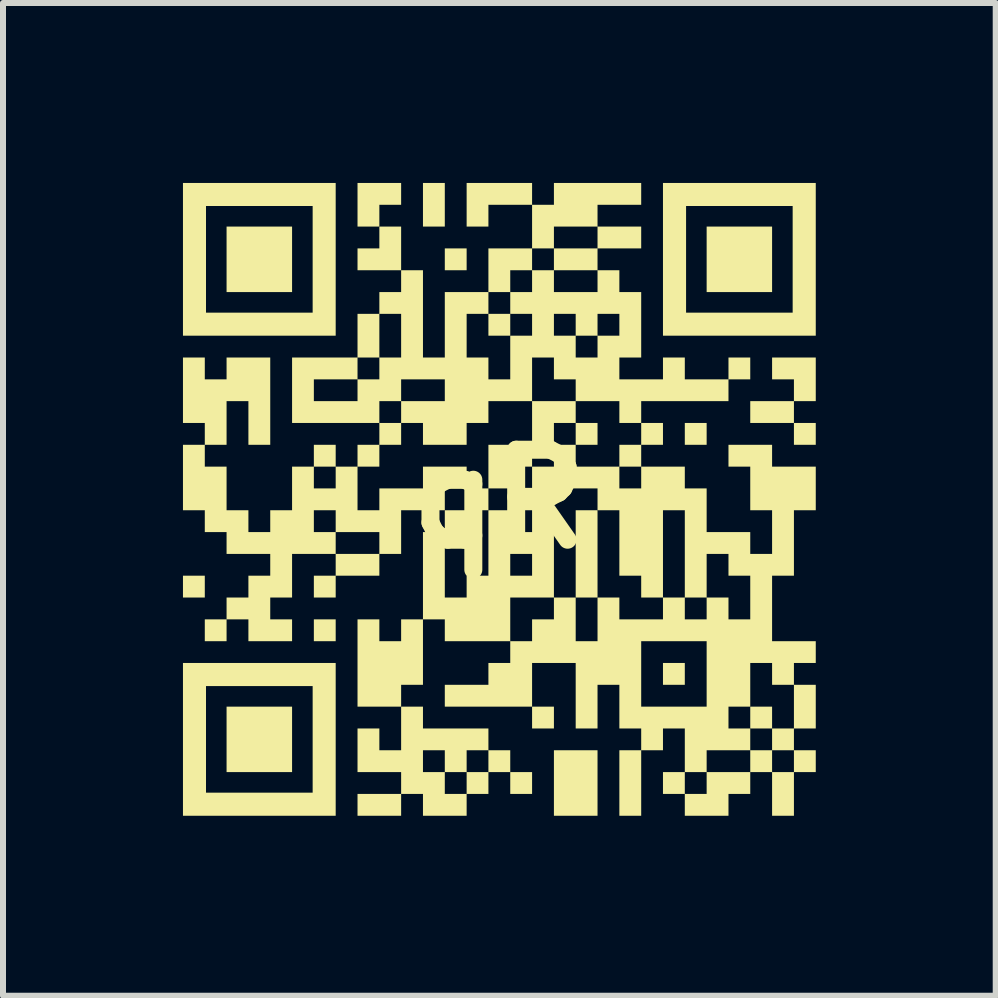
<source format=kicad_pcb>
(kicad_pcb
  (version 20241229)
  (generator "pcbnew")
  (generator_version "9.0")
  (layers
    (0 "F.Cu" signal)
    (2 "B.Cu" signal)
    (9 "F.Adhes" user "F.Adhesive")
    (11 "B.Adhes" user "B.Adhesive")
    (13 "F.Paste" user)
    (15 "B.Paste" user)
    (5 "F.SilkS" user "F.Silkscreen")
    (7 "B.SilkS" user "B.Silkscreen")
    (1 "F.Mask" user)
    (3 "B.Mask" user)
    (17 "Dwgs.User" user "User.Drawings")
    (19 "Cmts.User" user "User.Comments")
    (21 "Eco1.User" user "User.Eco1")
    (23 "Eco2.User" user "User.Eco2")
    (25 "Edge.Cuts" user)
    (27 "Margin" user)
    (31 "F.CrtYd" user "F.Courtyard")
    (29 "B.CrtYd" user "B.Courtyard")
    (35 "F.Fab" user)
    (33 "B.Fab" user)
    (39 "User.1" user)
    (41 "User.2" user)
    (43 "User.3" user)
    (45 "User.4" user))
  (footprint "qR"
    (layer "F.Cu")
    (at 5.269 5.269)
    (property "Reference" "qR" (at 0 0 0) (layer "F.SilkS") (effects (font (size 1.5 1.5) (thickness 0.3))))
    (attr board_only exclude_from_pos_files exclude_from_bom)
    (fp_poly (pts (xy -4.905 1.46) (xy -4.905 1.642) (xy -5.087 1.642) (xy -5.269 1.642) (xy -5.269 1.46) (xy -5.269 1.278) (xy -5.087 1.278) (xy -4.905 1.278)) (stroke (width 0) (type solid)) (fill yes) (layer "F.SilkS"))
    (fp_poly (pts (xy -3.45 -3.996) (xy -3.45 -3.45) (xy -3.996 -3.45) (xy -4.542 -3.45) (xy -4.542 -3.996) (xy -4.542 -4.542) (xy -3.996 -4.542) (xy -3.45 -4.542)) (stroke (width 0) (type solid)) (fill yes) (layer "F.SilkS"))
    (fp_poly (pts (xy -3.45 4.006) (xy -3.45 4.552) (xy -3.996 4.552) (xy -4.542 4.552) (xy -4.542 4.006) (xy -4.542 3.461) (xy -3.996 3.461) (xy -3.45 3.461)) (stroke (width 0) (type solid)) (fill yes) (layer "F.SilkS"))
    (fp_poly (pts (xy -2.723 2.188) (xy -2.723 2.37) (xy -2.905 2.37) (xy -3.087 2.37) (xy -3.087 2.188) (xy -3.087 2.006) (xy -2.905 2.006) (xy -2.723 2.006)) (stroke (width 0) (type solid)) (fill yes) (layer "F.SilkS"))
    (fp_poly (pts (xy -0.904 -4.905) (xy -0.904 -4.542) (xy -1.086 -4.542) (xy -1.268 -4.542) (xy -1.268 -4.905) (xy -1.268 -5.269) (xy -1.086 -5.269) (xy -0.904 -5.269)) (stroke (width 0) (type solid)) (fill yes) (layer "F.SilkS"))
    (fp_poly (pts (xy -0.54 -3.996) (xy -0.54 -3.814) (xy -0.722 -3.814) (xy -0.904 -3.814) (xy -0.904 -3.996) (xy -0.904 -4.178) (xy -0.722 -4.178) (xy -0.54 -4.178)) (stroke (width 0) (type solid)) (fill yes) (layer "F.SilkS"))
    (fp_poly (pts (xy 0.187 -2.905) (xy 0.187 -2.723) (xy 0.005 -2.723) (xy -0.177 -2.723) (xy -0.177 -2.905) (xy -0.177 -3.087) (xy 0.005 -3.087) (xy 0.187 -3.087)) (stroke (width 0) (type solid)) (fill yes) (layer "F.SilkS"))
    (fp_poly (pts (xy 0.551 4.734) (xy 0.551 4.916) (xy 0.369 4.916) (xy 0.187 4.916) (xy 0.187 4.734) (xy 0.187 4.552) (xy 0.369 4.552) (xy 0.551 4.552)) (stroke (width 0) (type solid)) (fill yes) (layer "F.SilkS"))
    (fp_poly (pts (xy 0.915 3.643) (xy 0.915 3.825) (xy 0.733 3.825) (xy 0.551 3.825) (xy 0.551 3.643) (xy 0.551 3.461) (xy 0.733 3.461) (xy 0.915 3.461)) (stroke (width 0) (type solid)) (fill yes) (layer "F.SilkS"))
    (fp_poly (pts (xy 1.642 -1.086) (xy 1.642 -0.904) (xy 1.46 -0.904) (xy 1.278 -0.904) (xy 1.278 -1.086) (xy 1.278 -1.268) (xy 1.46 -1.268) (xy 1.642 -1.268)) (stroke (width 0) (type solid)) (fill yes) (layer "F.SilkS"))
    (fp_poly (pts (xy 1.642 0.915) (xy 1.642 1.642) (xy 1.46 1.642) (xy 1.278 1.642) (xy 1.278 0.915) (xy 1.278 0.187) (xy 1.46 0.187) (xy 1.642 0.187)) (stroke (width 0) (type solid)) (fill yes) (layer "F.SilkS"))
    (fp_poly (pts (xy 1.642 4.734) (xy 1.642 5.28) (xy 1.278 5.28) (xy 0.915 5.28) (xy 0.915 4.734) (xy 0.915 4.188) (xy 1.278 4.188) (xy 1.642 4.188)) (stroke (width 0) (type solid)) (fill yes) (layer "F.SilkS"))
    (fp_poly (pts (xy 3.097 2.915) (xy 3.097 3.097) (xy 2.915 3.097) (xy 2.733 3.097) (xy 2.733 2.915) (xy 2.733 2.733) (xy 2.915 2.733) (xy 3.097 2.733)) (stroke (width 0) (type solid)) (fill yes) (layer "F.SilkS"))
    (fp_poly (pts (xy 3.461 -1.086) (xy 3.461 -0.904) (xy 3.279 -0.904) (xy 3.097 -0.904) (xy 3.097 -1.086) (xy 3.097 -1.268) (xy 3.279 -1.268) (xy 3.461 -1.268)) (stroke (width 0) (type solid)) (fill yes) (layer "F.SilkS"))
    (fp_poly (pts (xy 4.552 -3.996) (xy 4.552 -3.45) (xy 4.006 -3.45) (xy 3.461 -3.45) (xy 3.461 -3.996) (xy 3.461 -4.542) (xy 4.006 -4.542) (xy 4.552 -4.542)) (stroke (width 0) (type solid)) (fill yes) (layer "F.SilkS"))
    (fp_poly (pts (xy 4.552 3.643) (xy 4.552 3.825) (xy 4.37 3.825) (xy 4.188 3.825) (xy 4.188 3.643) (xy 4.188 3.461) (xy 4.37 3.461) (xy 4.552 3.461)) (stroke (width 0) (type solid)) (fill yes) (layer "F.SilkS"))
    (fp_poly (pts (xy 5.28 -1.086) (xy 5.28 -0.904) (xy 5.098 -0.904) (xy 4.916 -0.904) (xy 4.916 -1.086) (xy 4.916 -1.268) (xy 5.098 -1.268) (xy 5.28 -1.268)) (stroke (width 0) (type solid)) (fill yes) (layer "F.SilkS"))
    (fp_poly (pts (xy -1.632 -5.087) (xy -1.632 -4.905) (xy -1.814 -4.905) (xy -1.995 -4.905) (xy -1.995 -4.724) (xy -1.995 -4.542) (xy -2.177 -4.542) (xy -2.359 -4.542) (xy -2.359 -4.905) (xy -2.359 -5.269) (xy -1.995 -5.269) (xy -1.632 -5.269)) (stroke (width 0) (type solid)) (fill yes) (layer "F.SilkS"))
    (fp_poly (pts (xy -1.632 -4.178) (xy -1.632 -3.814) (xy -1.995 -3.814) (xy -2.359 -3.814) (xy -2.359 -3.996) (xy -2.359 -4.178) (xy -2.177 -4.178) (xy -1.995 -4.178) (xy -1.995 -4.36) (xy -1.995 -4.542) (xy -1.814 -4.542) (xy -1.632 -4.542)) (stroke (width 0) (type solid)) (fill yes) (layer "F.SilkS"))
    (fp_poly (pts (xy -2.723 -3.996) (xy -2.723 -2.723) (xy -3.996 -2.723) (xy -5.269 -2.723) (xy -5.269 -3.996) (xy -4.885 -3.996) (xy -4.885 -3.107) (xy -3.996 -3.107) (xy -3.107 -3.107) (xy -3.107 -3.996) (xy -3.107 -4.885) (xy -3.996 -4.885) (xy -4.885 -4.885) (xy -4.885 -3.996) (xy -5.269 -3.996) (xy -5.269 -5.269) (xy -3.996 -5.269) (xy -2.723 -5.269)) (stroke (width 0) (type solid)) (fill yes) (layer "F.SilkS"))
    (fp_poly (pts (xy -2.723 4.006) (xy -2.723 5.28) (xy -3.996 5.28) (xy -5.269 5.28) (xy -5.269 4.006) (xy -4.885 4.006) (xy -4.885 4.895) (xy -3.996 4.895) (xy -3.107 4.895) (xy -3.107 4.006) (xy -3.107 3.118) (xy -3.996 3.118) (xy -4.885 3.118) (xy -4.885 4.006) (xy -5.269 4.006) (xy -5.269 2.733) (xy -3.996 2.733) (xy -2.723 2.733)) (stroke (width 0) (type solid)) (fill yes) (layer "F.SilkS"))
    (fp_poly (pts (xy 5.28 -3.996) (xy 5.28 -2.723) (xy 4.006 -2.723) (xy 2.733 -2.723) (xy 2.733 -3.996) (xy 3.118 -3.996) (xy 3.118 -3.107) (xy 4.006 -3.107) (xy 4.895 -3.107) (xy 4.895 -3.996) (xy 4.895 -4.885) (xy 4.006 -4.885) (xy 3.118 -4.885) (xy 3.118 -3.996) (xy 2.733 -3.996) (xy 2.733 -5.269) (xy 4.006 -5.269) (xy 5.28 -5.269)) (stroke (width 0) (type solid)) (fill yes) (layer "F.SilkS"))
    (fp_poly (pts (xy 5.28 -1.995) (xy 5.28 -1.632) (xy 5.098 -1.632) (xy 4.916 -1.632) (xy 4.916 -1.45) (xy 4.916 -1.268) (xy 4.552 -1.268) (xy 4.188 -1.268) (xy 4.188 -1.45) (xy 4.188 -1.632) (xy 4.552 -1.632) (xy 4.916 -1.632) (xy 4.916 -1.814) (xy 4.916 -1.995) (xy 4.734 -1.995) (xy 4.552 -1.995) (xy 4.552 -2.177) (xy 4.552 -2.359) (xy 4.916 -2.359) (xy 5.28 -2.359)) (stroke (width 0) (type solid)) (fill yes) (layer "F.SilkS"))
    (fp_poly (pts (xy 1.278 -1.45) (xy 1.278 -1.268) (xy 1.096 -1.268) (xy 0.915 -1.268) (xy 0.915 -1.086) (xy 0.915 -0.904) (xy 0.733 -0.904) (xy 0.551 -0.904) (xy 0.551 -0.722) (xy 0.551 -0.54) (xy 0.369 -0.54) (xy 0.187 -0.54) (xy 0.187 -0.359) (xy 0.187 -0.177) (xy 0.005 -0.177) (xy -0.177 -0.177) (xy -0.177 0.005) (xy -0.177 0.187) (xy -0.359 0.187) (xy -0.54 0.187) (xy -0.54 0.005) (xy -0.54 -0.177) (xy -0.359 -0.177) (xy -0.177 -0.177) (xy -0.177 -0.54) (xy -0.177 -0.904) (xy 0.187 -0.904) (xy 0.551 -0.904) (xy 0.551 -1.268) (xy 0.551 -1.632) (xy 0.915 -1.632) (xy 1.278 -1.632)) (stroke (width 0) (type solid)) (fill yes) (layer "F.SilkS"))
    (fp_poly (pts (xy -1.268 3.643) (xy -1.268 3.825) (xy -0.722 3.825) (xy -0.177 3.825) (xy -0.177 4.006) (xy -0.177 4.188) (xy -0.359 4.188) (xy -0.54 4.188) (xy -0.54 4.37) (xy -0.54 4.552) (xy -0.722 4.552) (xy -0.904 4.552) (xy -0.904 4.37) (xy -0.904 4.188) (xy -1.086 4.188) (xy -1.268 4.188) (xy -1.268 4.37) (xy -1.268 4.552) (xy -1.086 4.552) (xy -0.904 4.552) (xy -0.904 4.734) (xy -0.904 4.916) (xy -0.722 4.916) (xy -0.54 4.916) (xy -0.54 4.734) (xy -0.54 4.552) (xy -0.359 4.552) (xy -0.177 4.552) (xy -0.177 4.37) (xy -0.177 4.188) (xy 0.005 4.188) (xy 0.187 4.188) (xy 0.187 4.37) (xy 0.187 4.552) (xy 0.005 4.552) (xy -0.177 4.552) (xy -0.177 4.734) (xy -0.177 4.916) (xy -0.359 4.916) (xy -0.54 4.916) (xy -0.54 5.098) (xy -0.54 5.28) (xy -0.904 5.28) (xy -1.268 5.28) (xy -1.268 5.098) (xy -1.268 4.916) (xy -1.45 4.916) (xy -1.632 4.916) (xy -1.632 5.098) (xy -1.632 5.28) (xy -1.995 5.28) (xy -2.359 5.28) (xy -2.359 5.098) (xy -2.359 4.916) (xy -1.995 4.916) (xy -1.632 4.916) (xy -1.632 4.734) (xy -1.632 4.552) (xy -1.995 4.552) (xy -2.359 4.552) (xy -2.359 4.188) (xy -2.359 3.825) (xy -2.177 3.825) (xy -1.995 3.825) (xy -1.995 4.006) (xy -1.995 4.188) (xy -1.814 4.188) (xy -1.632 4.188) (xy -1.632 3.825) (xy -1.632 3.461) (xy -1.45 3.461) (xy -1.268 3.461)) (stroke (width 0) (type solid)) (fill yes) (layer "F.SilkS"))
    (fp_poly (pts (xy 2.733 -1.086) (xy 2.733 -0.904) (xy 2.551 -0.904) (xy 2.37 -0.904) (xy 2.37 -0.722) (xy 2.37 -0.54) (xy 2.188 -0.54) (xy 2.006 -0.54) (xy 2.006 -0.359) (xy 2.006 -0.177) (xy 2.188 -0.177) (xy 2.37 -0.177) (xy 2.37 -0.359) (xy 2.37 -0.54) (xy 2.733 -0.54) (xy 3.097 -0.54) (xy 3.097 -0.359) (xy 3.097 -0.177) (xy 3.279 -0.177) (xy 3.461 -0.177) (xy 3.461 0.187) (xy 3.461 0.551) (xy 3.825 0.551) (xy 4.188 0.551) (xy 4.188 0.733) (xy 4.188 0.915) (xy 4.37 0.915) (xy 4.552 0.915) (xy 4.552 0.551) (xy 4.552 0.187) (xy 4.37 0.187) (xy 4.188 0.187) (xy 4.188 -0.177) (xy 4.188 -0.54) (xy 4.006 -0.54) (xy 3.825 -0.54) (xy 3.825 -0.722) (xy 3.825 -0.904) (xy 4.188 -0.904) (xy 4.552 -0.904) (xy 4.552 -0.722) (xy 4.552 -0.54) (xy 4.916 -0.54) (xy 5.28 -0.54) (xy 5.28 -0.177) (xy 5.28 0.187) (xy 5.098 0.187) (xy 4.916 0.187) (xy 4.916 0.733) (xy 4.916 1.278) (xy 4.734 1.278) (xy 4.552 1.278) (xy 4.552 1.824) (xy 4.552 2.37) (xy 4.916 2.37) (xy 5.28 2.37) (xy 5.28 2.551) (xy 5.28 2.733) (xy 5.098 2.733) (xy 4.916 2.733) (xy 4.916 2.915) (xy 4.916 3.097) (xy 4.734 3.097) (xy 4.552 3.097) (xy 4.552 2.915) (xy 4.552 2.733) (xy 4.37 2.733) (xy 4.188 2.733) (xy 4.188 3.097) (xy 4.188 3.461) (xy 4.006 3.461) (xy 3.825 3.461) (xy 3.825 3.643) (xy 3.825 3.825) (xy 4.006 3.825) (xy 4.188 3.825) (xy 4.188 4.006) (xy 4.188 4.188) (xy 3.825 4.188) (xy 3.461 4.188) (xy 3.461 4.37) (xy 3.461 4.552) (xy 3.279 4.552) (xy 3.097 4.552) (xy 3.097 4.734) (xy 3.097 4.916) (xy 3.279 4.916) (xy 3.461 4.916) (xy 3.461 4.734) (xy 3.461 4.552) (xy 3.825 4.552) (xy 4.188 4.552) (xy 4.188 4.37) (xy 4.188 4.188) (xy 4.37 4.188) (xy 4.552 4.188) (xy 4.552 4.006) (xy 4.552 3.825) (xy 4.734 3.825) (xy 4.916 3.825) (xy 4.916 3.461) (xy 4.916 3.097) (xy 5.098 3.097) (xy 5.28 3.097) (xy 5.28 3.461) (xy 5.28 3.825) (xy 5.098 3.825) (xy 4.916 3.825) (xy 4.916 4.006) (xy 4.916 4.188) (xy 4.734 4.188) (xy 4.552 4.188) (xy 4.552 4.37) (xy 4.552 4.552) (xy 4.734 4.552) (xy 4.916 4.552) (xy 4.916 4.37) (xy 4.916 4.188) (xy 5.098 4.188) (xy 5.28 4.188) (xy 5.28 4.37) (xy 5.28 4.552) (xy 5.098 4.552) (xy 4.916 4.552) (xy 4.916 4.916) (xy 4.916 5.28) (xy 4.734 5.28) (xy 4.552 5.28) (xy 4.552 4.916) (xy 4.552 4.552) (xy 4.37 4.552) (xy 4.188 4.552) (xy 4.188 4.734) (xy 4.188 4.916) (xy 4.006 4.916) (xy 3.825 4.916) (xy 3.825 5.098) (xy 3.825 5.28) (xy 3.461 5.28) (xy 3.097 5.28) (xy 3.097 5.098) (xy 3.097 4.916) (xy 2.915 4.916) (xy 2.733 4.916) (xy 2.733 4.734) (xy 2.733 4.552) (xy 2.915 4.552) (xy 3.097 4.552) (xy 3.097 4.188) (xy 3.097 3.825) (xy 2.915 3.825) (xy 2.733 3.825) (xy 2.733 4.006) (xy 2.733 4.188) (xy 2.551 4.188) (xy 2.37 4.188) (xy 2.37 4.734) (xy 2.37 5.28) (xy 2.188 5.28) (xy 2.006 5.28) (xy 2.006 4.734) (xy 2.006 4.188) (xy 2.188 4.188) (xy 2.37 4.188) (xy 2.37 4.006) (xy 2.37 3.825) (xy 2.188 3.825) (xy 2.006 3.825) (xy 2.006 3.461) (xy 2.006 3.097) (xy 1.824 3.097) (xy 1.642 3.097) (xy 1.642 3.461) (xy 1.642 3.825) (xy 1.46 3.825) (xy 1.278 3.825) (xy 1.278 3.279) (xy 1.278 2.915) (xy 2.37 2.915) (xy 2.37 3.461) (xy 2.915 3.461) (xy 3.461 3.461) (xy 3.461 2.915) (xy 3.461 2.37) (xy 2.915 2.37) (xy 2.37 2.37) (xy 2.37 2.915) (xy 1.278 2.915) (xy 1.278 2.733) (xy 0.915 2.733) (xy 0.551 2.733) (xy 0.551 3.097) (xy 0.551 3.461) (xy -0.177 3.461) (xy -0.904 3.461) (xy -0.904 3.279) (xy -0.904 3.097) (xy -0.54 3.097) (xy -0.177 3.097) (xy -0.177 2.915) (xy -0.177 2.733) (xy 0.005 2.733) (xy 0.187 2.733) (xy 0.187 2.551) (xy 0.187 2.37) (xy -0.359 2.37) (xy -0.904 2.37) (xy -0.904 2.188) (xy -0.904 2.006) (xy -1.086 2.006) (xy -1.268 2.006) (xy -1.268 2.551) (xy -1.268 3.097) (xy -1.45 3.097) (xy -1.632 3.097) (xy -1.632 3.279) (xy -1.632 3.461) (xy -1.995 3.461) (xy -2.359 3.461) (xy -2.359 2.733) (xy -2.359 2.006) (xy -2.177 2.006) (xy -1.995 2.006) (xy -1.995 2.188) (xy -1.995 2.37) (xy -1.814 2.37) (xy -1.632 2.37) (xy -1.632 2.188) (xy -1.632 2.006) (xy -1.45 2.006) (xy -1.268 2.006) (xy -1.268 1.278) (xy -1.268 0.551) (xy -1.086 0.551) (xy -0.904 0.551) (xy -0.904 0.369) (xy -0.904 0.187) (xy -0.722 0.187) (xy -0.54 0.187) (xy -0.54 0.369) (xy -0.54 0.551) (xy -0.722 0.551) (xy -0.904 0.551) (xy -0.904 1.096) (xy -0.904 1.642) (xy -0.722 1.642) (xy -0.54 1.642) (xy 0.187 1.642) (xy 0.187 2.006) (xy 0.187 2.37) (xy 0.369 2.37) (xy 0.551 2.37) (xy 0.551 2.188) (xy 0.551 2.006) (xy 0.733 2.006) (xy 0.915 2.006) (xy 0.915 1.824) (xy 0.915 1.642) (xy 1.096 1.642) (xy 1.278 1.642) (xy 1.278 2.006) (xy 1.278 2.37) (xy 1.46 2.37) (xy 1.642 2.37) (xy 1.642 2.006) (xy 1.642 1.642) (xy 1.824 1.642) (xy 2.006 1.642) (xy 2.006 1.824) (xy 2.006 2.006) (xy 2.37 2.006) (xy 2.733 2.006) (xy 2.733 1.824) (xy 2.733 1.642) (xy 2.915 1.642) (xy 3.097 1.642) (xy 3.097 1.824) (xy 3.097 2.006) (xy 3.279 2.006) (xy 3.461 2.006) (xy 3.461 1.824) (xy 3.461 1.642) (xy 3.643 1.642) (xy 3.825 1.642) (xy 3.825 1.824) (xy 3.825 2.006) (xy 4.006 2.006) (xy 4.188 2.006) (xy 4.188 1.642) (xy 4.188 1.278) (xy 4.006 1.278) (xy 3.825 1.278) (xy 3.825 1.096) (xy 3.825 0.915) (xy 3.643 0.915) (xy 3.461 0.915) (xy 3.461 1.278) (xy 3.461 1.642) (xy 3.279 1.642) (xy 3.097 1.642) (xy 3.097 0.915) (xy 3.097 0.187) (xy 2.915 0.187) (xy 2.733 0.187) (xy 2.733 0.915) (xy 2.733 1.642) (xy 2.551 1.642) (xy 2.37 1.642) (xy 2.37 1.46) (xy 2.37 1.278) (xy 2.188 1.278) (xy 2.006 1.278) (xy 2.006 0.733) (xy 2.006 0.187) (xy 1.824 0.187) (xy 1.642 0.187) (xy 1.642 0.005) (xy 1.642 -0.177) (xy 1.278 -0.177) (xy 0.915 -0.177) (xy 0.915 0.733) (xy 0.915 1.642) (xy 0.551 1.642) (xy 0.187 1.642) (xy -0.54 1.642) (xy -0.54 1.46) (xy -0.54 1.278) (xy -0.359 1.278) (xy -0.177 1.278) (xy -0.177 1.096) (xy 0.187 1.096) (xy 0.187 1.278) (xy 0.369 1.278) (xy 0.551 1.278) (xy 0.551 1.096) (xy 0.551 0.915) (xy 0.369 0.915) (xy 0.187 0.915) (xy 0.187 1.096) (xy -0.177 1.096) (xy -0.177 0.733) (xy -0.177 0.369) (xy 0.187 0.369) (xy 0.187 0.551) (xy 0.369 0.551) (xy 0.551 0.551) (xy 0.551 0.369) (xy 0.551 0.187) (xy 0.369 0.187) (xy 0.187 0.187) (xy 0.187 0.369) (xy -0.177 0.369) (xy -0.177 0.187) (xy 0.005 0.187) (xy 0.187 0.187) (xy 0.187 0.005) (xy 0.187 -0.177) (xy 0.369 -0.177) (xy 0.551 -0.177) (xy 0.551 -0.359) (xy 0.551 -0.54) (xy 0.733 -0.54) (xy 0.915 -0.54) (xy 0.915 -0.722) (xy 0.915 -0.904) (xy 1.096 -0.904) (xy 1.278 -0.904) (xy 1.278 -0.722) (xy 1.278 -0.54) (xy 1.642 -0.54) (xy 2.006 -0.54) (xy 2.006 -0.722) (xy 2.006 -0.904) (xy 2.188 -0.904) (xy 2.37 -0.904) (xy 2.37 -1.086) (xy 2.37 -1.268) (xy 2.551 -1.268) (xy 2.733 -1.268)) (stroke (width 0) (type solid)) (fill yes) (layer "F.SilkS"))
    (fp_poly (pts (xy 0.551 -5.087) (xy 0.551 -4.905) (xy 0.733 -4.905) (xy 0.915 -4.905) (xy 0.915 -5.087) (xy 0.915 -5.269) (xy 1.642 -5.269) (xy 2.37 -5.269) (xy 2.37 -5.087) (xy 2.37 -4.905) (xy 2.006 -4.905) (xy 1.642 -4.905) (xy 1.642 -4.724) (xy 1.642 -4.542) (xy 1.278 -4.542) (xy 0.915 -4.542) (xy 0.915 -4.36) (xy 0.915 -4.178) (xy 0.733 -4.178) (xy 0.551 -4.178) (xy 0.551 -3.996) (xy 0.551 -3.814) (xy 0.369 -3.814) (xy 0.187 -3.814) (xy 0.187 -3.632) (xy 0.187 -3.45) (xy 0.005 -3.45) (xy -0.177 -3.45) (xy -0.177 -3.269) (xy -0.177 -3.087) (xy -0.359 -3.087) (xy -0.54 -3.087) (xy -0.54 -2.723) (xy -0.54 -2.359) (xy -0.359 -2.359) (xy -0.177 -2.359) (xy -0.177 -2.177) (xy -0.177 -1.995) (xy 0.005 -1.995) (xy 0.187 -1.995) (xy 0.187 -2.359) (xy 0.187 -2.723) (xy 0.369 -2.723) (xy 0.551 -2.723) (xy 0.551 -2.905) (xy 0.915 -2.905) (xy 0.915 -2.723) (xy 1.096 -2.723) (xy 1.278 -2.723) (xy 1.278 -2.541) (xy 1.278 -2.359) (xy 1.46 -2.359) (xy 1.642 -2.359) (xy 1.642 -2.541) (xy 1.642 -2.723) (xy 1.824 -2.723) (xy 2.006 -2.723) (xy 2.006 -2.905) (xy 2.006 -3.087) (xy 1.824 -3.087) (xy 1.642 -3.087) (xy 1.642 -2.905) (xy 1.642 -2.723) (xy 1.46 -2.723) (xy 1.278 -2.723) (xy 1.278 -2.905) (xy 1.278 -3.087) (xy 1.096 -3.087) (xy 0.915 -3.087) (xy 0.915 -2.905) (xy 0.551 -2.905) (xy 0.551 -3.087) (xy 0.369 -3.087) (xy 0.187 -3.087) (xy 0.187 -3.269) (xy 0.187 -3.45) (xy 0.369 -3.45) (xy 0.551 -3.45) (xy 0.551 -3.632) (xy 0.551 -3.814) (xy 0.733 -3.814) (xy 0.915 -3.814) (xy 0.915 -3.996) (xy 0.915 -4.178) (xy 1.278 -4.178) (xy 1.642 -4.178) (xy 1.642 -4.36) (xy 1.642 -4.542) (xy 2.006 -4.542) (xy 2.37 -4.542) (xy 2.37 -4.36) (xy 2.37 -4.178) (xy 2.006 -4.178) (xy 1.642 -4.178) (xy 1.642 -3.996) (xy 1.642 -3.814) (xy 1.278 -3.814) (xy 0.915 -3.814) (xy 0.915 -3.632) (xy 0.915 -3.45) (xy 1.278 -3.45) (xy 1.642 -3.45) (xy 1.642 -3.632) (xy 1.642 -3.814) (xy 1.824 -3.814) (xy 2.006 -3.814) (xy 2.006 -3.632) (xy 2.006 -3.45) (xy 2.188 -3.45) (xy 2.37 -3.45) (xy 2.37 -2.905) (xy 2.37 -2.359) (xy 2.188 -2.359) (xy 2.006 -2.359) (xy 2.006 -2.177) (xy 2.006 -1.995) (xy 2.37 -1.995) (xy 2.733 -1.995) (xy 2.733 -2.177) (xy 2.733 -2.359) (xy 2.915 -2.359) (xy 3.097 -2.359) (xy 3.097 -2.177) (xy 3.097 -1.995) (xy 3.461 -1.995) (xy 3.825 -1.995) (xy 3.825 -2.177) (xy 3.825 -2.359) (xy 4.006 -2.359) (xy 4.188 -2.359) (xy 4.188 -2.177) (xy 4.188 -1.995) (xy 4.006 -1.995) (xy 3.825 -1.995) (xy 3.825 -1.814) (xy 3.825 -1.632) (xy 3.097 -1.632) (xy 2.37 -1.632) (xy 2.37 -1.45) (xy 2.37 -1.268) (xy 2.188 -1.268) (xy 2.006 -1.268) (xy 2.006 -1.45) (xy 2.006 -1.632) (xy 1.642 -1.632) (xy 1.278 -1.632) (xy 1.278 -1.814) (xy 1.278 -1.995) (xy 1.096 -1.995) (xy 0.915 -1.995) (xy 0.915 -2.177) (xy 0.915 -2.359) (xy 0.733 -2.359) (xy 0.551 -2.359) (xy 0.551 -1.995) (xy 0.551 -1.632) (xy 0.187 -1.632) (xy -0.177 -1.632) (xy -0.177 -1.45) (xy -0.177 -1.268) (xy -0.359 -1.268) (xy -0.54 -1.268) (xy -0.54 -1.086) (xy -0.54 -0.904) (xy -0.904 -0.904) (xy -1.268 -0.904) (xy -1.268 -1.086) (xy -1.268 -1.268) (xy -1.45 -1.268) (xy -1.632 -1.268) (xy -1.632 -1.086) (xy -1.632 -0.904) (xy -1.814 -0.904) (xy -1.995 -0.904) (xy -1.995 -0.722) (xy -1.995 -0.54) (xy -2.177 -0.54) (xy -2.359 -0.54) (xy -2.359 -0.177) (xy -2.359 0.187) (xy -2.177 0.187) (xy -1.995 0.187) (xy -1.995 0.005) (xy -1.995 -0.177) (xy -1.632 -0.177) (xy -1.268 -0.177) (xy -1.268 -0.359) (xy -1.268 -0.54) (xy -0.904 -0.54) (xy -0.54 -0.54) (xy -0.54 -0.359) (xy -0.54 -0.177) (xy -0.722 -0.177) (xy -0.904 -0.177) (xy -0.904 0.005) (xy -0.904 0.187) (xy -1.268 0.187) (xy -1.632 0.187) (xy -1.632 0.551) (xy -1.632 0.915) (xy -1.814 0.915) (xy -1.995 0.915) (xy -1.995 1.096) (xy -1.995 1.278) (xy -2.359 1.278) (xy -2.723 1.278) (xy -2.723 1.46) (xy -2.723 1.642) (xy -2.905 1.642) (xy -3.087 1.642) (xy -3.087 1.46) (xy -3.087 1.278) (xy -2.905 1.278) (xy -2.723 1.278) (xy -2.723 1.096) (xy -2.723 0.915) (xy -3.087 0.915) (xy -3.45 0.915) (xy -3.45 1.278) (xy -3.45 1.642) (xy -3.632 1.642) (xy -3.814 1.642) (xy -3.814 1.824) (xy -3.814 2.006) (xy -3.632 2.006) (xy -3.45 2.006) (xy -3.45 2.188) (xy -3.45 2.37) (xy -3.814 2.37) (xy -4.178 2.37) (xy -4.178 2.188) (xy -4.178 2.006) (xy -4.36 2.006) (xy -4.542 2.006) (xy -4.542 2.188) (xy -4.542 2.37) (xy -4.724 2.37) (xy -4.905 2.37) (xy -4.905 2.188) (xy -4.905 2.006) (xy -4.724 2.006) (xy -4.542 2.006) (xy -4.542 1.824) (xy -4.542 1.642) (xy -4.36 1.642) (xy -4.178 1.642) (xy -4.178 1.46) (xy -4.178 1.278) (xy -3.996 1.278) (xy -3.814 1.278) (xy -3.814 1.096) (xy -3.814 0.915) (xy -4.178 0.915) (xy -4.542 0.915) (xy -4.542 0.733) (xy -2.723 0.733) (xy -2.723 0.915) (xy -2.359 0.915) (xy -1.995 0.915) (xy -1.995 0.733) (xy -1.995 0.551) (xy -2.359 0.551) (xy -2.723 0.551) (xy -2.723 0.733) (xy -4.542 0.733) (xy -4.542 0.551) (xy -4.724 0.551) (xy -4.905 0.551) (xy -4.905 0.369) (xy -4.905 0.187) (xy -5.087 0.187) (xy -5.269 0.187) (xy -5.269 -0.359) (xy -5.269 -0.904) (xy -5.087 -0.904) (xy -4.905 -0.904) (xy -4.905 -1.086) (xy -4.905 -1.268) (xy -5.087 -1.268) (xy -5.269 -1.268) (xy -5.269 -1.814) (xy -5.269 -2.359) (xy -5.087 -2.359) (xy -4.905 -2.359) (xy -4.905 -2.177) (xy -4.905 -1.995) (xy -4.724 -1.995) (xy -4.542 -1.995) (xy -4.542 -2.177) (xy -4.542 -2.359) (xy -4.178 -2.359) (xy -3.814 -2.359) (xy -3.814 -1.632) (xy -3.814 -0.904) (xy -3.996 -0.904) (xy -4.178 -0.904) (xy -4.178 -1.268) (xy -4.178 -1.632) (xy -4.36 -1.632) (xy -4.542 -1.632) (xy -4.542 -1.268) (xy -4.542 -0.904) (xy -4.724 -0.904) (xy -4.905 -0.904) (xy -4.905 -0.722) (xy -4.905 -0.54) (xy -4.724 -0.54) (xy -4.542 -0.54) (xy -4.542 -0.177) (xy -4.542 0.187) (xy -4.36 0.187) (xy -4.178 0.187) (xy -4.178 0.369) (xy -4.178 0.551) (xy -3.996 0.551) (xy -3.814 0.551) (xy -3.814 0.369) (xy -3.087 0.369) (xy -3.087 0.551) (xy -2.905 0.551) (xy -2.723 0.551) (xy -2.723 0.369) (xy -2.723 0.187) (xy -2.905 0.187) (xy -3.087 0.187) (xy -3.087 0.369) (xy -3.814 0.369) (xy -3.814 0.187) (xy -3.632 0.187) (xy -3.45 0.187) (xy -3.45 -0.177) (xy -3.45 -0.359) (xy -3.087 -0.359) (xy -3.087 -0.177) (xy -2.905 -0.177) (xy -2.723 -0.177) (xy -2.723 -0.359) (xy -2.723 -0.54) (xy -2.905 -0.54) (xy -3.087 -0.54) (xy -3.087 -0.359) (xy -3.45 -0.359) (xy -3.45 -0.54) (xy -3.269 -0.54) (xy -3.087 -0.54) (xy -3.087 -0.722) (xy -3.087 -0.904) (xy -2.905 -0.904) (xy -2.723 -0.904) (xy -2.723 -0.722) (xy -2.723 -0.54) (xy -2.541 -0.54) (xy -2.359 -0.54) (xy -2.359 -0.722) (xy -2.359 -0.904) (xy -2.177 -0.904) (xy -1.995 -0.904) (xy -1.995 -1.086) (xy -1.995 -1.268) (xy -2.723 -1.268) (xy -3.45 -1.268) (xy -3.45 -1.814) (xy -3.45 -1.995) (xy -3.087 -1.995) (xy -3.087 -1.814) (xy -3.087 -1.632) (xy -2.723 -1.632) (xy -2.359 -1.632) (xy -1.995 -1.632) (xy -1.995 -1.45) (xy -1.995 -1.268) (xy -1.814 -1.268) (xy -1.632 -1.268) (xy -1.632 -1.45) (xy -1.632 -1.632) (xy -1.268 -1.632) (xy -0.904 -1.632) (xy -0.904 -1.814) (xy -0.904 -1.995) (xy -1.268 -1.995) (xy -1.632 -1.995) (xy -1.632 -1.814) (xy -1.632 -1.632) (xy -1.814 -1.632) (xy -1.995 -1.632) (xy -2.359 -1.632) (xy -2.359 -1.814) (xy -2.359 -1.995) (xy -2.177 -1.995) (xy -1.995 -1.995) (xy -1.995 -2.177) (xy -1.995 -2.359) (xy -1.814 -2.359) (xy -1.632 -2.359) (xy -1.632 -2.723) (xy -1.632 -3.087) (xy -1.814 -3.087) (xy -1.995 -3.087) (xy -1.995 -2.723) (xy -1.995 -2.359) (xy -2.177 -2.359) (xy -2.359 -2.359) (xy -2.359 -2.177) (xy -2.359 -1.995) (xy -2.723 -1.995) (xy -3.087 -1.995) (xy -3.45 -1.995) (xy -3.45 -2.359) (xy -2.905 -2.359) (xy -2.359 -2.359) (xy -2.359 -2.723) (xy -2.359 -3.087) (xy -2.177 -3.087) (xy -1.995 -3.087) (xy -1.995 -3.269) (xy -1.995 -3.45) (xy -1.814 -3.45) (xy -1.632 -3.45) (xy -1.632 -3.632) (xy -1.632 -3.814) (xy -1.45 -3.814) (xy -1.268 -3.814) (xy -1.268 -3.087) (xy -1.268 -2.359) (xy -1.086 -2.359) (xy -0.904 -2.359) (xy -0.904 -2.905) (xy -0.904 -3.45) (xy -0.54 -3.45) (xy -0.177 -3.45) (xy -0.177 -3.814) (xy -0.177 -4.178) (xy 0.187 -4.178) (xy 0.551 -4.178) (xy 0.551 -4.542) (xy 0.551 -4.905) (xy 0.187 -4.905) (xy -0.177 -4.905) (xy -0.177 -4.724) (xy -0.177 -4.542) (xy -0.359 -4.542) (xy -0.54 -4.542) (xy -0.54 -4.905) (xy -0.54 -5.269) (xy 0.005 -5.269) (xy 0.551 -5.269)) (stroke (width 0) (type solid)) (fill yes) (layer "F.SilkS")))
  (gr_rect
    (start -3 -3)
    (end 13.549 13.549)
    (stroke (width 0.1) (type default))
    (fill no)
    (layer "Edge.Cuts")))
</source>
